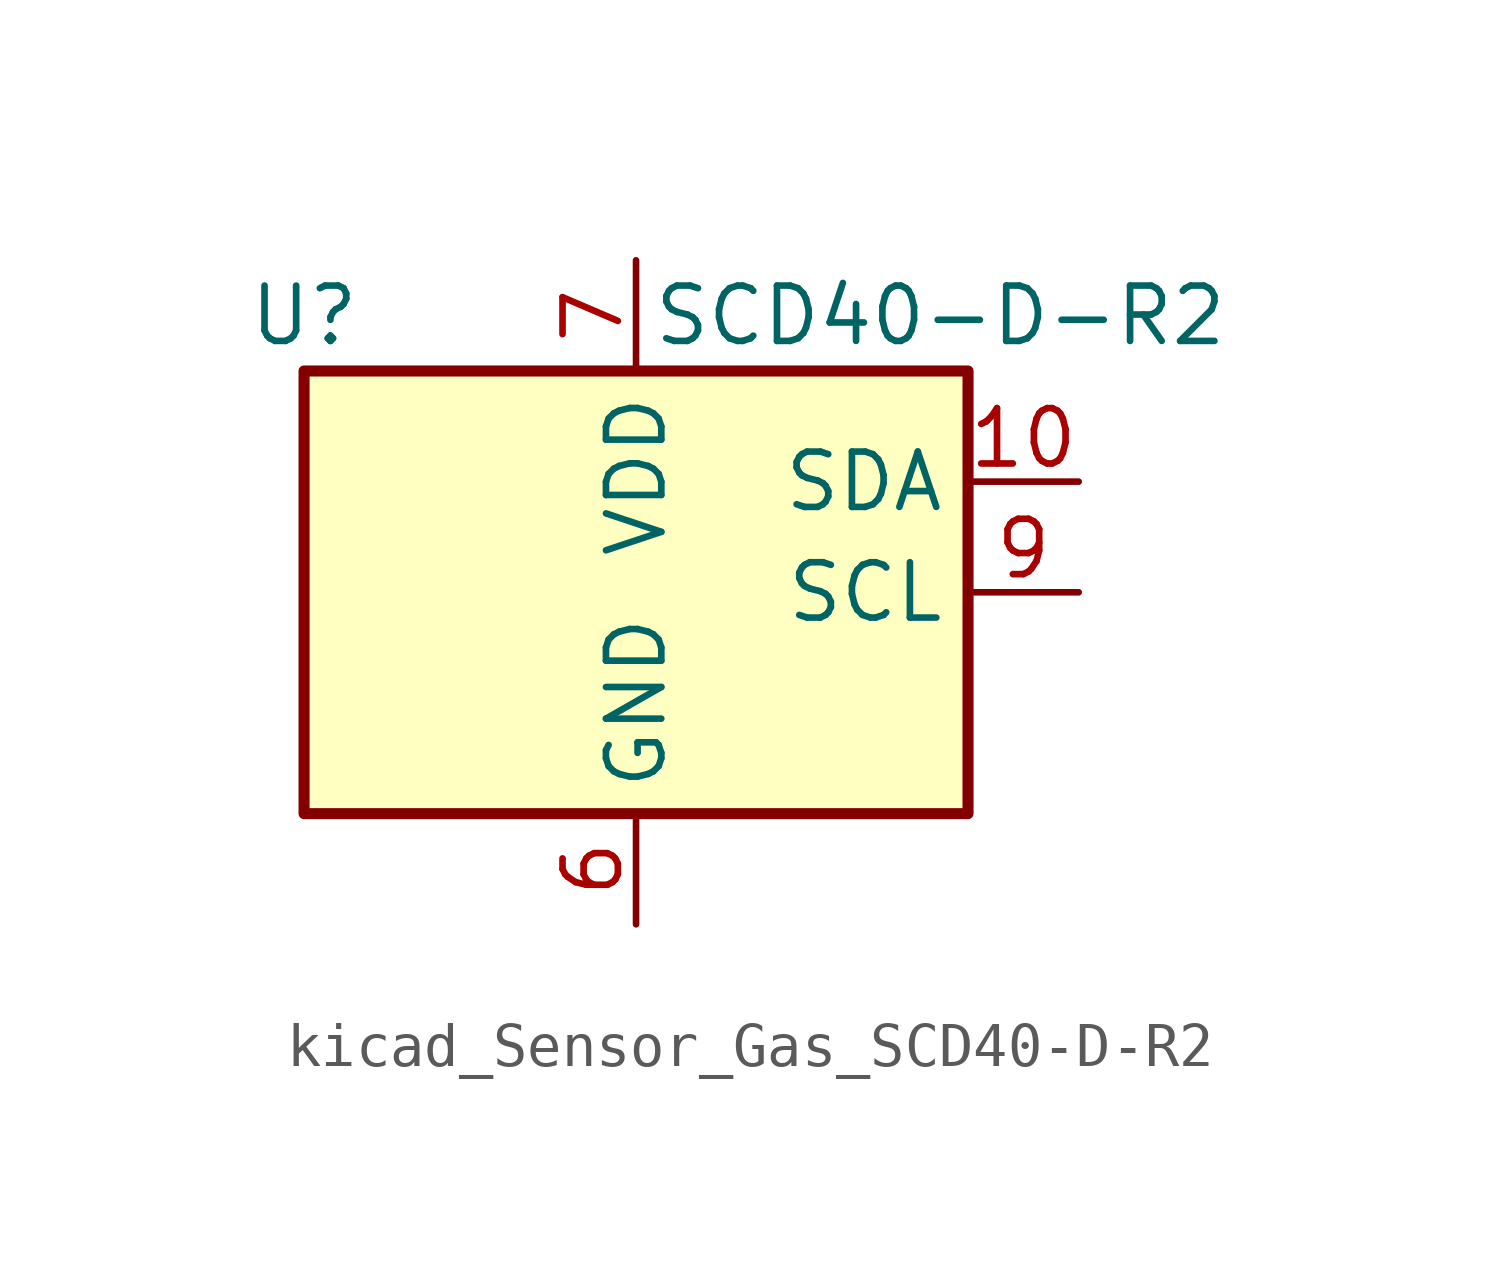
<source format=kicad_sym>
(kicad_symbol_lib
  (version 20220914)
  (generator kicad_symbol_editor)
  (symbol "kicad_Sensor_Gas_SCD40-D-R2"
    (property "Reference" "U"
      (at -7.62 6.35 0)
      (effects (font (size 1.27 1.27))))
    (property "Value" "SCD40-D-R2"
      (at 6.985 6.35 0)
      (effects (font (size 1.27 1.27))))
    (symbol "kicad_Sensor_Gas_SCD40-D-R2_0_1"
      (rectangle (start 7.62 5.08) (end -7.62 -5.08) (stroke (width 0.254) (type default)) (fill (type background))))
    (symbol "kicad_Sensor_Gas_SCD40-D-R2_1_1"
      (pin bidirectional line (at 10.16 2.54 180) (length 2.54) (name "SDA" (effects (font (size 1.27 1.27)))) (number "10" (effects (font (size 1.27 1.27)))))
      (pin passive line (at 0 7.62 270) (length 2.54) hide (name "VDD" (effects (font (size 1.27 1.27)))) (number "19" (effects (font (size 1.27 1.27)))))
      (pin passive line (at 0 -7.62 90) (length 2.54) hide (name "GND" (effects (font (size 1.27 1.27)))) (number "20" (effects (font (size 1.27 1.27)))))
      (pin passive line (at 0 -7.62 90) (length 2.54) hide (name "GND" (effects (font (size 1.27 1.27)))) (number "21" (effects (font (size 1.27 1.27)))))
      (pin power_in line (at 0 -7.62 90) (length 2.54) (name "GND" (effects (font (size 1.27 1.27)))) (number "6" (effects (font (size 1.27 1.27)))))
      (pin power_in line (at 0 7.62 270) (length 2.54) (name "VDD" (effects (font (size 1.27 1.27)))) (number "7" (effects (font (size 1.27 1.27)))))
      (pin input line (at 10.16 0 180) (length 2.54) (name "SCL" (effects (font (size 1.27 1.27)))) (number "9" (effects (font (size 1.27 1.27))))))))
</source>
